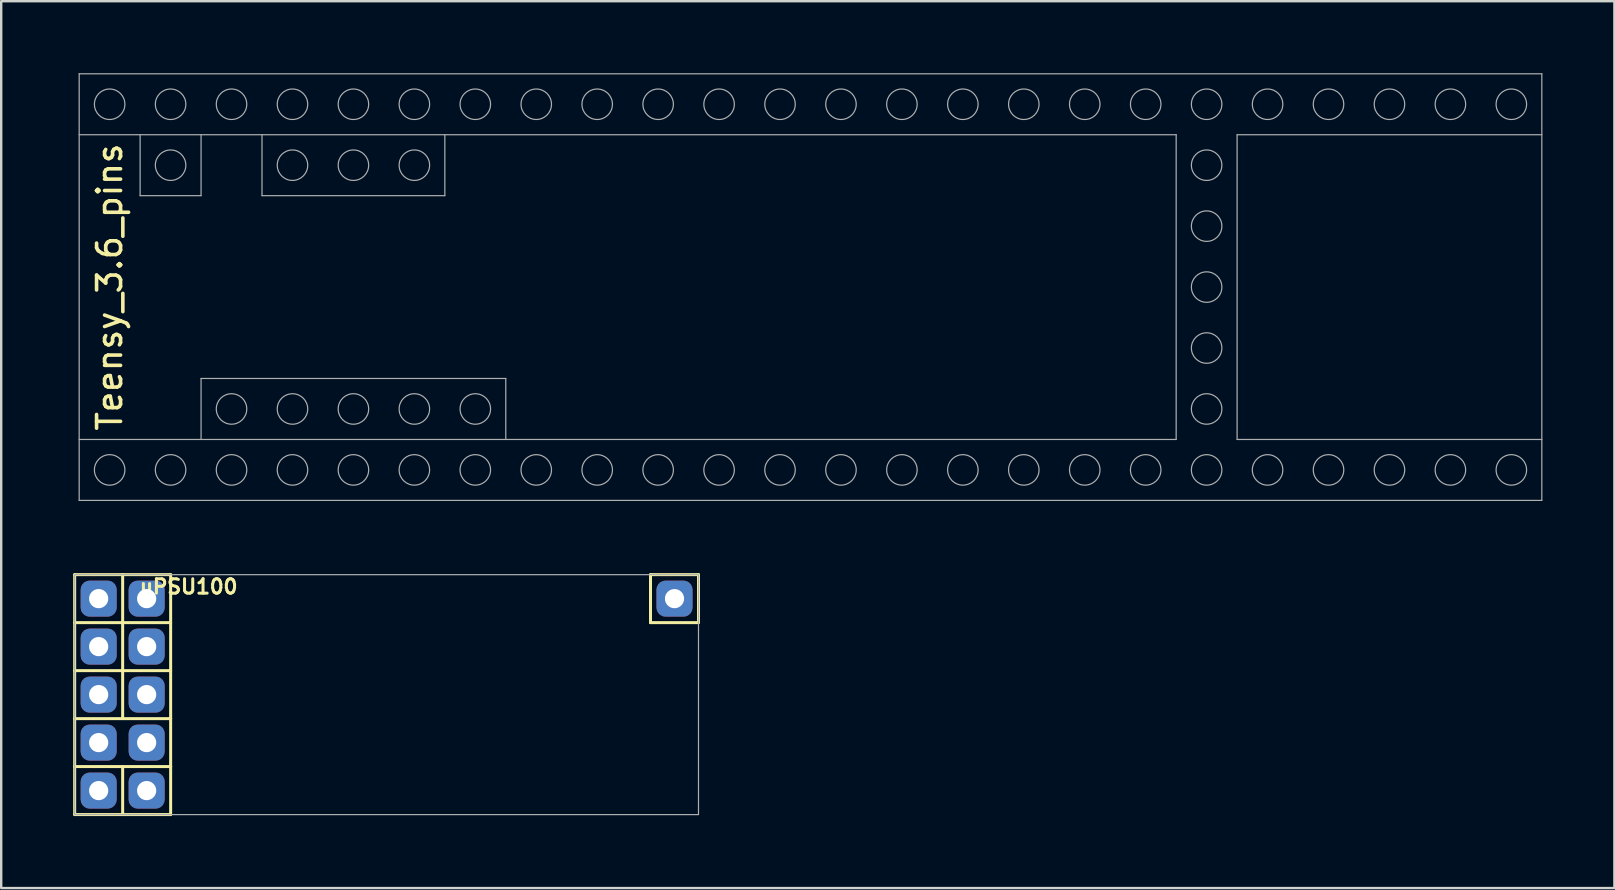
<source format=kicad_pcb>
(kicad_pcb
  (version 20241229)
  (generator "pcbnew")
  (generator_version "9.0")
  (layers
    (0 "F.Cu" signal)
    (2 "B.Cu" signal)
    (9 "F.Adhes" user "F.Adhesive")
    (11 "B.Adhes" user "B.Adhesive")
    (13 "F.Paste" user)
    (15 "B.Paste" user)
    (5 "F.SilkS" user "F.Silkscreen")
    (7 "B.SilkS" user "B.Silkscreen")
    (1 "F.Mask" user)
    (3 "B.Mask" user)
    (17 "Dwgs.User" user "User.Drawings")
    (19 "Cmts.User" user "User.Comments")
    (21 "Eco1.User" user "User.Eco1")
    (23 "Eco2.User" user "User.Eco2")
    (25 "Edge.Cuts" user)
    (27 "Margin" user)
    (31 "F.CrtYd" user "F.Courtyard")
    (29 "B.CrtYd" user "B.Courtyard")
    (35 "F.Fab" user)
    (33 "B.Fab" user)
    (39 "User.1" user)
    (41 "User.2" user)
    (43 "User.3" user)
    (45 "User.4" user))
  (footprint "uPSU100"
    (layer "F.Cu")
    (at 13.062 25.9)
    (property "Reference" "uPSU100" (at -8.25 -4.5 180) (layer "F.SilkS") (effects (font (size 0.6 0.6) (thickness 0.125))))
    (attr through_hole)
    (fp_line (start -13 -5) (end -9 -5) (stroke (width 0.125) (type solid)) (layer "F.SilkS"))
    (fp_line (start -13 -3) (end -9 -3) (stroke (width 0.125) (type solid)) (layer "F.SilkS"))
    (fp_line (start -13 -1) (end -9 -1) (stroke (width 0.125) (type solid)) (layer "F.SilkS"))
    (fp_line (start -13 3) (end -9 3) (stroke (width 0.125) (type solid)) (layer "F.SilkS"))
    (fp_line (start -13 5) (end -13 -5) (stroke (width 0.125) (type solid)) (layer "F.SilkS"))
    (fp_line (start -11 -5) (end -11 1) (stroke (width 0.125) (type solid)) (layer "F.SilkS"))
    (fp_line (start -11 3) (end -11 5) (stroke (width 0.125) (type solid)) (layer "F.SilkS"))
    (fp_line (start -9 -5) (end -9 1) (stroke (width 0.125) (type solid)) (layer "F.SilkS"))
    (fp_line (start -9 1) (end -13 1) (stroke (width 0.125) (type solid)) (layer "F.SilkS"))
    (fp_line (start -9 3) (end -9 1) (stroke (width 0.125) (type solid)) (layer "F.SilkS"))
    (fp_line (start -9 3) (end -9 5) (stroke (width 0.125) (type solid)) (layer "F.SilkS"))
    (fp_line (start -9 5) (end -13 5) (stroke (width 0.125) (type solid)) (layer "F.SilkS"))
    (fp_line (start 11 -5) (end 11 -3) (stroke (width 0.125) (type solid)) (layer "F.SilkS"))
    (fp_line (start 11 -3) (end 13 -3) (stroke (width 0.125) (type solid)) (layer "F.SilkS"))
    (fp_line (start 13 -5) (end 11 -5) (stroke (width 0.125) (type solid)) (layer "F.SilkS"))
    (fp_line (start 13 -3) (end 13 -5) (stroke (width 0.125) (type solid)) (layer "F.SilkS"))
    (fp_line (start -13 -5) (end 13 -5) (stroke (width 0.05) (type solid)) (layer "F.Fab"))
    (fp_line (start -13 5) (end -13 -5) (stroke (width 0.05) (type solid)) (layer "F.Fab"))
    (fp_line (start 13 -5) (end 13 5) (stroke (width 0.05) (type solid)) (layer "F.Fab"))
    (fp_line (start 13 5) (end -13 5) (stroke (width 0.05) (type solid)) (layer "F.Fab"))
    (pad "1" thru_hole roundrect (at -12 -4) (size 1.5 1.5) (drill 0.8) (layers "*.Cu" "*.Mask") (roundrect_rratio 0.25))
    (pad "2" thru_hole roundrect (at -10 -4) (size 1.5 1.5) (drill 0.8) (layers "*.Cu" "*.Mask") (roundrect_rratio 0.25))
    (pad "3" thru_hole roundrect (at -12 -2) (size 1.5 1.5) (drill 0.8) (layers "*.Cu" "*.Mask") (roundrect_rratio 0.25))
    (pad "4" thru_hole roundrect (at -10 -2) (size 1.5 1.5) (drill 0.8) (layers "*.Cu" "*.Mask") (roundrect_rratio 0.25))
    (pad "5" thru_hole roundrect (at -12 0) (size 1.5 1.5) (drill 0.8) (layers "*.Cu" "*.Mask") (roundrect_rratio 0.25))
    (pad "6" thru_hole roundrect (at -10 0) (size 1.5 1.5) (drill 0.8) (layers "*.Cu" "*.Mask") (roundrect_rratio 0.25))
    (pad "7" thru_hole roundrect (at -12 2) (size 1.5 1.5) (drill 0.8) (layers "*.Cu" "*.Mask") (roundrect_rratio 0.25))
    (pad "8" thru_hole roundrect (at -10 2) (size 1.5 1.5) (drill 0.8) (layers "*.Cu" "*.Mask") (roundrect_rratio 0.25))
    (pad "9" thru_hole roundrect (at -12 4) (size 1.5 1.5) (drill 0.8) (layers "*.Cu" "*.Mask") (roundrect_rratio 0.25))
    (pad "10" thru_hole roundrect (at -10 4) (size 1.5 1.5) (drill 0.8) (layers "*.Cu" "*.Mask") (roundrect_rratio 0.25))
    (pad "11" thru_hole roundrect (at 12 -4) (size 1.5 1.5) (drill 0.8) (layers "*.Cu" "*.Mask") (roundrect_rratio 0.25)))
  (footprint "Teensy_3.6_pins"
    (layer "F.Cu")
    (at 0.25 8.915)
    (property "Reference" "Teensy_3.6_pins" (at 1.27 0 90) (layer "F.SilkS") (effects (font (size 1 1) (thickness 0.15))))
    (attr through_hole)
    (fp_line (start 0 -8.89) (end 0 8.89) (stroke (width 0.05) (type solid)) (layer "F.Fab"))
    (fp_line (start 0 -8.89) (end 60.96 -8.89) (stroke (width 0.05) (type solid)) (layer "F.Fab"))
    (fp_line (start 0 -6.35) (end 45.72 -6.35) (stroke (width 0.05) (type solid)) (layer "F.Fab"))
    (fp_line (start 0 8.89) (end 60.96 8.89) (stroke (width 0.05) (type solid)) (layer "F.Fab"))
    (fp_line (start 2.54 -6.35) (end 2.54 -3.81) (stroke (width 0.05) (type solid)) (layer "F.Fab"))
    (fp_line (start 2.54 -3.81) (end 5.08 -3.81) (stroke (width 0.05) (type solid)) (layer "F.Fab"))
    (fp_line (start 5.08 -3.81) (end 5.08 -6.35) (stroke (width 0.05) (type solid)) (layer "F.Fab"))
    (fp_line (start 5.08 3.81) (end 17.78 3.81) (stroke (width 0.05) (type solid)) (layer "F.Fab"))
    (fp_line (start 5.08 6.35) (end 5.08 3.81) (stroke (width 0.05) (type solid)) (layer "F.Fab"))
    (fp_line (start 7.62 -6.35) (end 7.62 -3.81) (stroke (width 0.05) (type solid)) (layer "F.Fab"))
    (fp_line (start 7.62 -3.81) (end 15.24 -3.81) (stroke (width 0.05) (type solid)) (layer "F.Fab"))
    (fp_line (start 15.24 -3.81) (end 15.24 -6.35) (stroke (width 0.05) (type solid)) (layer "F.Fab"))
    (fp_line (start 17.78 3.81) (end 17.78 6.35) (stroke (width 0.05) (type solid)) (layer "F.Fab"))
    (fp_line (start 45.72 -6.35) (end 45.72 6.35) (stroke (width 0.05) (type solid)) (layer "F.Fab"))
    (fp_line (start 45.72 6.35) (end 0 6.35) (stroke (width 0.05) (type solid)) (layer "F.Fab"))
    (fp_line (start 48.26 -6.35) (end 48.26 6.35) (stroke (width 0.05) (type solid)) (layer "F.Fab"))
    (fp_line (start 48.26 -6.35) (end 60.96 -6.35) (stroke (width 0.05) (type solid)) (layer "F.Fab"))
    (fp_line (start 48.26 6.35) (end 60.96 6.35) (stroke (width 0.05) (type solid)) (layer "F.Fab"))
    (fp_line (start 60.96 -8.89) (end 60.96 8.89) (stroke (width 0.05) (type solid)) (layer "F.Fab"))
    (fp_circle (center 1.27 -7.62) (end 1.27 -6.985) (stroke (width 0.05) (type solid)) (fill no) (layer "F.Fab"))
    (fp_circle (center 1.27 7.62) (end 1.27 8.255) (stroke (width 0.05) (type solid)) (fill no) (layer "F.Fab"))
    (fp_circle (center 3.81 -7.62) (end 3.81 -6.985) (stroke (width 0.05) (type solid)) (fill no) (layer "F.Fab"))
    (fp_circle (center 3.81 -5.08) (end 3.81 -4.445) (stroke (width 0.05) (type solid)) (fill no) (layer "F.Fab"))
    (fp_circle (center 3.81 7.62) (end 3.81 8.255) (stroke (width 0.05) (type solid)) (fill no) (layer "F.Fab"))
    (fp_circle (center 6.35 -7.62) (end 6.35 -6.985) (stroke (width 0.05) (type solid)) (fill no) (layer "F.Fab"))
    (fp_circle (center 6.35 5.08) (end 6.35 5.715) (stroke (width 0.05) (type solid)) (fill no) (layer "F.Fab"))
    (fp_circle (center 6.35 7.62) (end 6.35 8.255) (stroke (width 0.05) (type solid)) (fill no) (layer "F.Fab"))
    (fp_circle (center 8.89 -7.62) (end 8.89 -6.985) (stroke (width 0.05) (type solid)) (fill no) (layer "F.Fab"))
    (fp_circle (center 8.89 -5.08) (end 8.89 -4.445) (stroke (width 0.05) (type solid)) (fill no) (layer "F.Fab"))
    (fp_circle (center 8.89 5.08) (end 8.89 5.715) (stroke (width 0.05) (type solid)) (fill no) (layer "F.Fab"))
    (fp_circle (center 8.89 7.62) (end 8.89 8.255) (stroke (width 0.05) (type solid)) (fill no) (layer "F.Fab"))
    (fp_circle (center 11.43 -7.62) (end 11.43 -6.985) (stroke (width 0.05) (type solid)) (fill no) (layer "F.Fab"))
    (fp_circle (center 11.43 -5.08) (end 11.43 -4.445) (stroke (width 0.05) (type solid)) (fill no) (layer "F.Fab"))
    (fp_circle (center 11.43 5.08) (end 11.43 5.715) (stroke (width 0.05) (type solid)) (fill no) (layer "F.Fab"))
    (fp_circle (center 11.43 7.62) (end 11.43 8.255) (stroke (width 0.05) (type solid)) (fill no) (layer "F.Fab"))
    (fp_circle (center 13.97 -7.62) (end 13.97 -6.985) (stroke (width 0.05) (type solid)) (fill no) (layer "F.Fab"))
    (fp_circle (center 13.97 -5.08) (end 13.97 -4.445) (stroke (width 0.05) (type solid)) (fill no) (layer "F.Fab"))
    (fp_circle (center 13.97 5.08) (end 13.97 5.715) (stroke (width 0.05) (type solid)) (fill no) (layer "F.Fab"))
    (fp_circle (center 13.97 7.62) (end 13.97 8.255) (stroke (width 0.05) (type solid)) (fill no) (layer "F.Fab"))
    (fp_circle (center 16.51 -7.62) (end 16.51 -6.985) (stroke (width 0.05) (type solid)) (fill no) (layer "F.Fab"))
    (fp_circle (center 16.51 5.08) (end 16.51 5.715) (stroke (width 0.05) (type solid)) (fill no) (layer "F.Fab"))
    (fp_circle (center 16.51 7.62) (end 16.51 8.255) (stroke (width 0.05) (type solid)) (fill no) (layer "F.Fab"))
    (fp_circle (center 19.05 -7.62) (end 19.05 -6.985) (stroke (width 0.05) (type solid)) (fill no) (layer "F.Fab"))
    (fp_circle (center 19.05 7.62) (end 19.05 8.255) (stroke (width 0.05) (type solid)) (fill no) (layer "F.Fab"))
    (fp_circle (center 21.59 -7.62) (end 21.59 -6.985) (stroke (width 0.05) (type solid)) (fill no) (layer "F.Fab"))
    (fp_circle (center 21.59 7.62) (end 21.59 8.255) (stroke (width 0.05) (type solid)) (fill no) (layer "F.Fab"))
    (fp_circle (center 24.13 -7.62) (end 24.13 -6.985) (stroke (width 0.05) (type solid)) (fill no) (layer "F.Fab"))
    (fp_circle (center 24.13 7.62) (end 24.13 8.255) (stroke (width 0.05) (type solid)) (fill no) (layer "F.Fab"))
    (fp_circle (center 26.67 -7.62) (end 26.67 -6.985) (stroke (width 0.05) (type solid)) (fill no) (layer "F.Fab"))
    (fp_circle (center 26.67 7.62) (end 26.67 8.255) (stroke (width 0.05) (type solid)) (fill no) (layer "F.Fab"))
    (fp_circle (center 29.21 -7.62) (end 29.21 -6.985) (stroke (width 0.05) (type solid)) (fill no) (layer "F.Fab"))
    (fp_circle (center 29.21 7.62) (end 29.21 8.255) (stroke (width 0.05) (type solid)) (fill no) (layer "F.Fab"))
    (fp_circle (center 31.75 -7.62) (end 31.75 -6.985) (stroke (width 0.05) (type solid)) (fill no) (layer "F.Fab"))
    (fp_circle (center 31.75 7.62) (end 31.75 8.255) (stroke (width 0.05) (type solid)) (fill no) (layer "F.Fab"))
    (fp_circle (center 34.29 -7.62) (end 34.29 -6.985) (stroke (width 0.05) (type solid)) (fill no) (layer "F.Fab"))
    (fp_circle (center 34.29 7.62) (end 34.29 8.255) (stroke (width 0.05) (type solid)) (fill no) (layer "F.Fab"))
    (fp_circle (center 36.83 -7.62) (end 36.83 -6.985) (stroke (width 0.05) (type solid)) (fill no) (layer "F.Fab"))
    (fp_circle (center 36.83 7.62) (end 36.83 8.255) (stroke (width 0.05) (type solid)) (fill no) (layer "F.Fab"))
    (fp_circle (center 39.37 -7.62) (end 39.37 -6.985) (stroke (width 0.05) (type solid)) (fill no) (layer "F.Fab"))
    (fp_circle (center 39.37 7.62) (end 39.37 8.255) (stroke (width 0.05) (type solid)) (fill no) (layer "F.Fab"))
    (fp_circle (center 41.91 -7.62) (end 41.91 -6.985) (stroke (width 0.05) (type solid)) (fill no) (layer "F.Fab"))
    (fp_circle (center 41.91 7.62) (end 41.91 8.255) (stroke (width 0.05) (type solid)) (fill no) (layer "F.Fab"))
    (fp_circle (center 44.45 -7.62) (end 44.45 -6.985) (stroke (width 0.05) (type solid)) (fill no) (layer "F.Fab"))
    (fp_circle (center 44.45 7.62) (end 44.45 8.255) (stroke (width 0.05) (type solid)) (fill no) (layer "F.Fab"))
    (fp_circle (center 46.99 -7.62) (end 46.99 -6.985) (stroke (width 0.05) (type solid)) (fill no) (layer "F.Fab"))
    (fp_circle (center 46.99 -5.08) (end 47.625 -5.08) (stroke (width 0.05) (type solid)) (fill no) (layer "F.Fab"))
    (fp_circle (center 46.99 -2.54) (end 47.625 -2.54) (stroke (width 0.05) (type solid)) (fill no) (layer "F.Fab"))
    (fp_circle (center 46.99 0) (end 47.625 0) (stroke (width 0.05) (type solid)) (fill no) (layer "F.Fab"))
    (fp_circle (center 46.99 2.54) (end 47.625 2.54) (stroke (width 0.05) (type solid)) (fill no) (layer "F.Fab"))
    (fp_circle (center 46.99 5.08) (end 47.625 5.08) (stroke (width 0.05) (type solid)) (fill no) (layer "F.Fab"))
    (fp_circle (center 46.99 7.62) (end 46.99 8.255) (stroke (width 0.05) (type solid)) (fill no) (layer "F.Fab"))
    (fp_circle (center 49.53 -7.62) (end 49.53 -6.985) (stroke (width 0.05) (type solid)) (fill no) (layer "F.Fab"))
    (fp_circle (center 49.53 7.62) (end 49.53 8.255) (stroke (width 0.05) (type solid)) (fill no) (layer "F.Fab"))
    (fp_circle (center 52.07 -7.62) (end 52.07 -6.985) (stroke (width 0.05) (type solid)) (fill no) (layer "F.Fab"))
    (fp_circle (center 52.07 7.62) (end 52.07 8.255) (stroke (width 0.05) (type solid)) (fill no) (layer "F.Fab"))
    (fp_circle (center 54.61 -7.62) (end 54.61 -6.985) (stroke (width 0.05) (type solid)) (fill no) (layer "F.Fab"))
    (fp_circle (center 54.61 7.62) (end 54.61 8.255) (stroke (width 0.05) (type solid)) (fill no) (layer "F.Fab"))
    (fp_circle (center 57.15 -7.62) (end 57.15 -6.985) (stroke (width 0.05) (type solid)) (fill no) (layer "F.Fab"))
    (fp_circle (center 57.15 7.62) (end 57.15 8.255) (stroke (width 0.05) (type solid)) (fill no) (layer "F.Fab"))
    (fp_circle (center 59.69 -7.62) (end 59.69 -6.985) (stroke (width 0.05) (type solid)) (fill no) (layer "F.Fab"))
    (fp_circle (center 59.69 7.62) (end 59.69 8.255) (stroke (width 0.05) (type solid)) (fill no) (layer "F.Fab")))
  (gr_rect
    (start -3 -3)
    (end 64.235 33.963)
    (stroke (width 0.1) (type default))
    (fill no)
    (layer "Edge.Cuts")))
</source>
